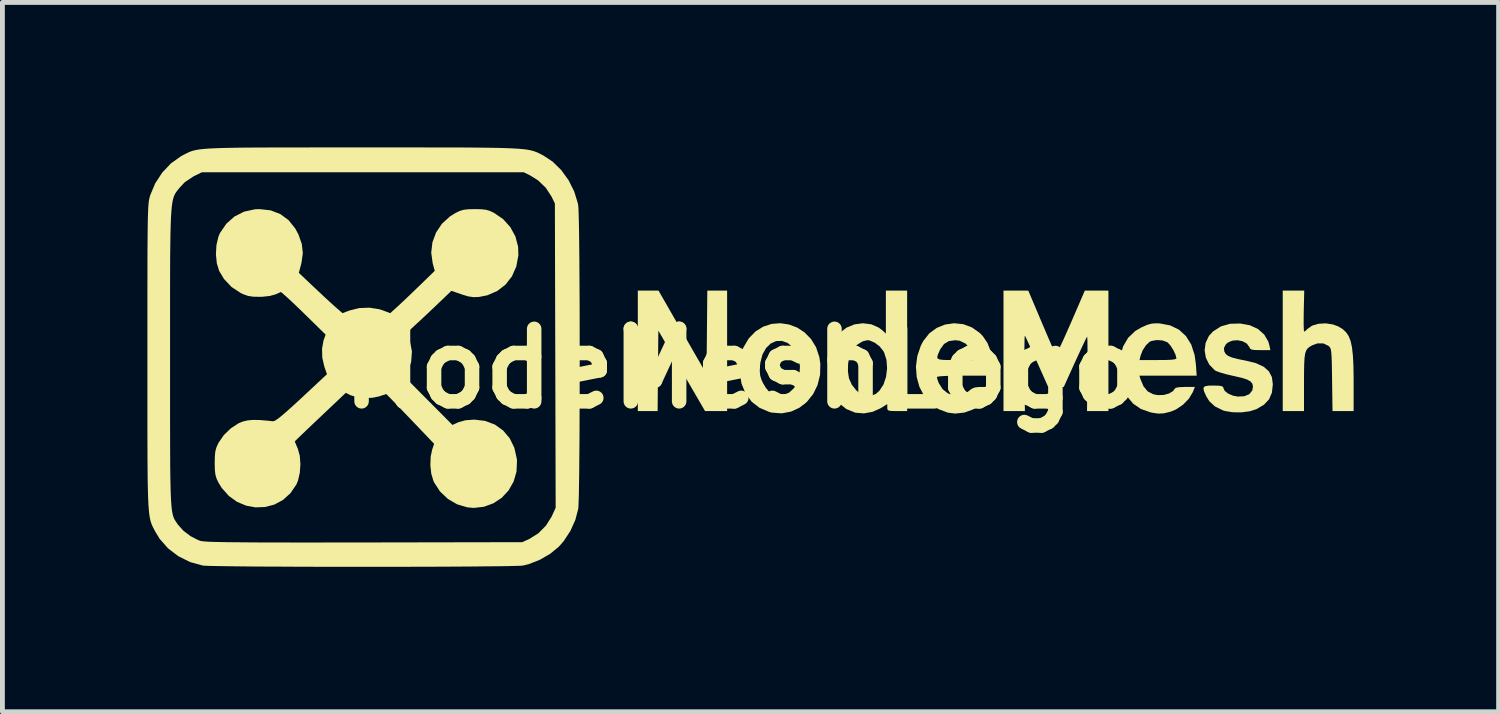
<source format=kicad_pcb>
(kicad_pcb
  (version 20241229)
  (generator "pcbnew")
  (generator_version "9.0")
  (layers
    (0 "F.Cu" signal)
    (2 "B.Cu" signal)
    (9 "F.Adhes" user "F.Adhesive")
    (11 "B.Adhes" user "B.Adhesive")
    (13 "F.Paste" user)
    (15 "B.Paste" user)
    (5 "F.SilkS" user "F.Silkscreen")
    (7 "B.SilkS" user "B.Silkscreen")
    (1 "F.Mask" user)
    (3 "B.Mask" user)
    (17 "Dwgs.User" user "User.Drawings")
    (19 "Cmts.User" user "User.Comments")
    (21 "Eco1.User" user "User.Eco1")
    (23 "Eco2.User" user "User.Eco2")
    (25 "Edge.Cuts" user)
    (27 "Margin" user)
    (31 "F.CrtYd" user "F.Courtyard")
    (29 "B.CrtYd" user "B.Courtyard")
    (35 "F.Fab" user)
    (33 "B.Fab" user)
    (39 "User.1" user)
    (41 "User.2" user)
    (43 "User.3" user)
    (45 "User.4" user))
  (footprint "NodeMeshLogo"
    (layer "F.Cu")
    (at 12.289 4.576)
    (property "Reference" "NodeMeshLogo" (at 0 0 0) (layer "F.SilkS") (effects (font (size 1.5 1.5) (thickness 0.3))))
    (attr board_only exclude_from_pos_files exclude_from_bom)
    (fp_poly (pts (xy -1.216 -0.748) (xy -0.719 0.116) (xy -0.711 -0.748) (xy -0.703 -1.613) (xy -0.498 -1.613) (xy -0.293 -1.613) (xy -0.293 -0.367) (xy -0.293 0.88) (xy -0.521 0.88) (xy -0.75 0.88) (xy -1.233 0.048) (xy -1.716 -0.784) (xy -1.724 0.048) (xy -1.731 0.88) (xy -1.936 0.88) (xy -2.141 0.88) (xy -2.141 -0.367) (xy -2.141 -1.613) (xy -1.927 -1.613) (xy -1.713 -1.613)) (stroke (width 0) (type solid)) (fill yes) (layer "F.SilkS"))
    (fp_poly (pts (xy 11.639 -1.188) (xy 11.637 -1.038) (xy 11.637 -0.911) (xy 11.64 -0.817) (xy 11.644 -0.768) (xy 11.647 -0.763) (xy 11.677 -0.782) (xy 11.717 -0.821) (xy 11.813 -0.888) (xy 11.944 -0.926) (xy 12.093 -0.935) (xy 12.243 -0.912) (xy 12.349 -0.873) (xy 12.439 -0.82) (xy 12.51 -0.756) (xy 12.566 -0.676) (xy 12.608 -0.572) (xy 12.637 -0.438) (xy 12.656 -0.267) (xy 12.667 -0.053) (xy 12.671 0.212) (xy 12.671 0.28) (xy 12.671 0.88) (xy 12.452 0.88) (xy 12.234 0.88) (xy 12.225 0.232) (xy 12.222 0.021) (xy 12.219 -0.139) (xy 12.214 -0.256) (xy 12.208 -0.338) (xy 12.2 -0.393) (xy 12.187 -0.428) (xy 12.17 -0.451) (xy 12.148 -0.471) (xy 12.147 -0.472) (xy 12.043 -0.52) (xy 11.921 -0.52) (xy 11.82 -0.484) (xy 11.764 -0.452) (xy 11.721 -0.418) (xy 11.69 -0.373) (xy 11.668 -0.309) (xy 11.655 -0.218) (xy 11.648 -0.092) (xy 11.645 0.076) (xy 11.644 0.285) (xy 11.644 0.88) (xy 11.424 0.88) (xy 11.204 0.88) (xy 11.204 -0.367) (xy 11.204 -1.613) (xy 11.427 -1.613) (xy 11.649 -1.613)) (stroke (width 0) (type solid)) (fill yes) (layer "F.SilkS"))
    (fp_poly (pts (xy 7.597 -0.367) (xy 7.597 0.88) (xy 7.375 0.88) (xy 7.154 0.88) (xy 7.163 0.105) (xy 7.164 -0.1) (xy 7.165 -0.285) (xy 7.164 -0.44) (xy 7.163 -0.56) (xy 7.16 -0.635) (xy 7.157 -0.66) (xy 7.14 -0.631) (xy 7.104 -0.558) (xy 7.052 -0.448) (xy 6.987 -0.309) (xy 6.914 -0.15) (xy 6.907 -0.135) (xy 6.673 0.381) (xy 6.511 0.38) (xy 6.35 0.38) (xy 6.118 -0.14) (xy 6.045 -0.302) (xy 5.98 -0.446) (xy 5.926 -0.562) (xy 5.888 -0.643) (xy 5.869 -0.68) (xy 5.868 -0.681) (xy 5.864 -0.658) (xy 5.861 -0.584) (xy 5.859 -0.466) (xy 5.858 -0.312) (xy 5.858 -0.128) (xy 5.86 0.079) (xy 5.86 0.089) (xy 5.869 0.88) (xy 5.647 0.88) (xy 5.426 0.88) (xy 5.426 -0.367) (xy 5.426 -1.613) (xy 5.683 -1.613) (xy 5.939 -1.612) (xy 6.215 -0.96) (xy 6.293 -0.777) (xy 6.363 -0.613) (xy 6.424 -0.474) (xy 6.47 -0.368) (xy 6.5 -0.304) (xy 6.508 -0.288) (xy 6.524 -0.308) (xy 6.56 -0.375) (xy 6.612 -0.482) (xy 6.677 -0.622) (xy 6.751 -0.789) (xy 6.818 -0.94) (xy 7.109 -1.613) (xy 7.353 -1.613) (xy 7.597 -1.613)) (stroke (width 0) (type solid)) (fill yes) (layer "F.SilkS"))
    (fp_poly (pts (xy 0.984 -0.912) (xy 1.154 -0.849) (xy 1.309 -0.748) (xy 1.442 -0.612) (xy 1.547 -0.442) (xy 1.615 -0.239) (xy 1.636 -0.096) (xy 1.63 0.132) (xy 1.578 0.343) (xy 1.486 0.53) (xy 1.36 0.687) (xy 1.206 0.809) (xy 1.029 0.891) (xy 0.837 0.927) (xy 0.633 0.912) (xy 0.581 0.899) (xy 0.379 0.814) (xy 0.214 0.686) (xy 0.089 0.518) (xy 0.005 0.312) (xy -0.034 0.073) (xy -0.035 0.061) (xy 0.383 0.061) (xy 0.392 0.149) (xy 0.418 0.232) (xy 0.449 0.3) (xy 0.506 0.395) (xy 0.569 0.473) (xy 0.607 0.505) (xy 0.732 0.55) (xy 0.868 0.546) (xy 0.988 0.5) (xy 1.091 0.405) (xy 1.163 0.273) (xy 1.205 0.117) (xy 1.214 -0.049) (xy 1.189 -0.212) (xy 1.13 -0.357) (xy 1.08 -0.427) (xy 0.963 -0.527) (xy 0.841 -0.572) (xy 0.72 -0.568) (xy 0.609 -0.518) (xy 0.513 -0.424) (xy 0.439 -0.292) (xy 0.395 -0.125) (xy 0.388 -0.06) (xy 0.383 0.061) (xy -0.035 0.061) (xy -0.037 -0.016) (xy -0.034 -0.155) (xy -0.018 -0.262) (xy 0.014 -0.365) (xy 0.044 -0.436) (xy 0.156 -0.625) (xy 0.295 -0.768) (xy 0.454 -0.867) (xy 0.627 -0.923) (xy 0.806 -0.938)) (stroke (width 0) (type solid)) (fill yes) (layer "F.SilkS"))
    (fp_poly (pts (xy 3.432 -0.367) (xy 3.432 0.88) (xy 3.226 0.88) (xy 3.119 0.879) (xy 3.058 0.872) (xy 3.029 0.856) (xy 3.021 0.826) (xy 3.021 0.808) (xy 3.021 0.736) (xy 2.88 0.823) (xy 2.716 0.896) (xy 2.537 0.928) (xy 2.366 0.914) (xy 2.356 0.912) (xy 2.172 0.837) (xy 2.022 0.716) (xy 1.909 0.552) (xy 1.833 0.348) (xy 1.797 0.106) (xy 1.796 0.06) (xy 2.207 0.06) (xy 2.228 0.202) (xy 2.229 0.204) (xy 2.287 0.335) (xy 2.375 0.446) (xy 2.45 0.514) (xy 2.514 0.547) (xy 2.594 0.557) (xy 2.625 0.557) (xy 2.72 0.551) (xy 2.787 0.523) (xy 2.857 0.46) (xy 2.86 0.456) (xy 2.943 0.33) (xy 2.996 0.171) (xy 3.017 -0.004) (xy 3.005 -0.177) (xy 2.957 -0.329) (xy 2.941 -0.36) (xy 2.864 -0.457) (xy 2.763 -0.534) (xy 2.659 -0.58) (xy 2.61 -0.587) (xy 2.512 -0.563) (xy 2.407 -0.499) (xy 2.315 -0.41) (xy 2.279 -0.359) (xy 2.235 -0.244) (xy 2.21 -0.096) (xy 2.207 0.06) (xy 1.796 0.06) (xy 1.795 -0.085) (xy 1.815 -0.295) (xy 1.858 -0.464) (xy 1.928 -0.604) (xy 2.03 -0.731) (xy 2.032 -0.733) (xy 2.177 -0.846) (xy 2.343 -0.914) (xy 2.518 -0.937) (xy 2.69 -0.915) (xy 2.847 -0.846) (xy 2.925 -0.785) (xy 2.992 -0.723) (xy 2.992 -1.168) (xy 2.992 -1.613) (xy 3.212 -1.613) (xy 3.432 -1.613)) (stroke (width 0) (type solid)) (fill yes) (layer "F.SilkS"))
    (fp_poly (pts (xy 4.593 -0.918) (xy 4.772 -0.851) (xy 4.933 -0.738) (xy 4.994 -0.675) (xy 5.093 -0.53) (xy 5.161 -0.359) (xy 5.203 -0.15) (xy 5.211 -0.066) (xy 5.229 0.147) (xy 4.638 0.147) (xy 4.411 0.148) (xy 4.238 0.153) (xy 4.119 0.16) (xy 4.057 0.17) (xy 4.048 0.177) (xy 4.058 0.223) (xy 4.084 0.294) (xy 4.088 0.303) (xy 4.167 0.428) (xy 4.276 0.514) (xy 4.403 0.557) (xy 4.536 0.554) (xy 4.662 0.501) (xy 4.703 0.469) (xy 4.768 0.419) (xy 4.831 0.392) (xy 4.915 0.382) (xy 4.985 0.381) (xy 5.083 0.383) (xy 5.136 0.39) (xy 5.153 0.407) (xy 5.148 0.441) (xy 5.147 0.447) (xy 5.07 0.61) (xy 4.949 0.745) (xy 4.794 0.847) (xy 4.617 0.911) (xy 4.426 0.932) (xy 4.268 0.911) (xy 4.075 0.837) (xy 3.912 0.718) (xy 3.782 0.563) (xy 3.687 0.38) (xy 3.63 0.177) (xy 3.614 -0.038) (xy 3.64 -0.24) (xy 4.054 -0.24) (xy 4.064 -0.206) (xy 4.107 -0.187) (xy 4.19 -0.178) (xy 4.319 -0.176) (xy 4.429 -0.176) (xy 4.811 -0.176) (xy 4.793 -0.257) (xy 4.734 -0.408) (xy 4.642 -0.516) (xy 4.52 -0.575) (xy 4.428 -0.586) (xy 4.295 -0.568) (xy 4.195 -0.508) (xy 4.118 -0.4) (xy 4.104 -0.37) (xy 4.07 -0.293) (xy 4.054 -0.24) (xy 3.64 -0.24) (xy 3.642 -0.257) (xy 3.715 -0.473) (xy 3.765 -0.568) (xy 3.889 -0.726) (xy 4.043 -0.84) (xy 4.219 -0.911) (xy 4.405 -0.937)) (stroke (width 0) (type solid)) (fill yes) (layer "F.SilkS"))
    (fp_poly (pts (xy 8.661 -0.933) (xy 8.874 -0.893) (xy 9.055 -0.805) (xy 9.201 -0.672) (xy 9.311 -0.496) (xy 9.381 -0.279) (xy 9.407 -0.086) (xy 9.423 0.147) (xy 8.831 0.147) (xy 8.238 0.147) (xy 8.258 0.213) (xy 8.323 0.368) (xy 8.41 0.473) (xy 8.524 0.532) (xy 8.618 0.55) (xy 8.74 0.547) (xy 8.85 0.517) (xy 8.933 0.468) (xy 8.965 0.424) (xy 8.992 0.399) (xy 9.058 0.386) (xy 9.171 0.381) (xy 9.184 0.381) (xy 9.386 0.381) (xy 9.342 0.491) (xy 9.261 0.625) (xy 9.14 0.749) (xy 8.996 0.846) (xy 8.886 0.892) (xy 8.749 0.926) (xy 8.633 0.933) (xy 8.507 0.915) (xy 8.469 0.907) (xy 8.27 0.837) (xy 8.11 0.728) (xy 7.981 0.574) (xy 7.902 0.428) (xy 7.858 0.318) (xy 7.833 0.213) (xy 7.822 0.088) (xy 7.821 0.018) (xy 7.835 -0.176) (xy 8.241 -0.176) (xy 8.623 -0.176) (xy 8.789 -0.177) (xy 8.903 -0.182) (xy 8.971 -0.192) (xy 9.001 -0.205) (xy 9.004 -0.213) (xy 8.985 -0.289) (xy 8.939 -0.385) (xy 8.881 -0.476) (xy 8.823 -0.539) (xy 8.816 -0.544) (xy 8.718 -0.581) (xy 8.599 -0.59) (xy 8.487 -0.57) (xy 8.448 -0.552) (xy 8.374 -0.482) (xy 8.306 -0.378) (xy 8.262 -0.264) (xy 8.26 -0.257) (xy 8.241 -0.176) (xy 7.835 -0.176) (xy 7.839 -0.24) (xy 7.901 -0.458) (xy 8.005 -0.636) (xy 8.152 -0.777) (xy 8.289 -0.856) (xy 8.403 -0.905) (xy 8.494 -0.93) (xy 8.588 -0.936)) (stroke (width 0) (type solid)) (fill yes) (layer "F.SilkS"))
    (fp_poly (pts (xy 10.525 -0.895) (xy 10.693 -0.817) (xy 10.821 -0.703) (xy 10.906 -0.557) (xy 10.929 -0.473) (xy 10.948 -0.381) (xy 10.741 -0.381) (xy 10.63 -0.383) (xy 10.565 -0.391) (xy 10.531 -0.41) (xy 10.515 -0.441) (xy 10.463 -0.515) (xy 10.375 -0.564) (xy 10.268 -0.586) (xy 10.159 -0.577) (xy 10.066 -0.537) (xy 10.025 -0.497) (xy 9.988 -0.427) (xy 9.993 -0.36) (xy 9.998 -0.348) (xy 10.026 -0.299) (xy 10.077 -0.26) (xy 10.159 -0.226) (xy 10.281 -0.195) (xy 10.437 -0.164) (xy 10.648 -0.112) (xy 10.807 -0.039) (xy 10.916 0.056) (xy 10.979 0.176) (xy 10.999 0.325) (xy 10.98 0.499) (xy 10.921 0.637) (xy 10.816 0.748) (xy 10.662 0.84) (xy 10.519 0.885) (xy 10.346 0.907) (xy 10.168 0.905) (xy 10.007 0.878) (xy 9.964 0.864) (xy 9.802 0.785) (xy 9.686 0.678) (xy 9.623 0.577) (xy 9.575 0.47) (xy 9.562 0.403) (xy 9.59 0.368) (xy 9.666 0.354) (xy 9.767 0.352) (xy 9.883 0.355) (xy 9.948 0.366) (xy 9.972 0.387) (xy 9.972 0.391) (xy 9.999 0.457) (xy 10.071 0.517) (xy 10.174 0.561) (xy 10.273 0.58) (xy 10.41 0.573) (xy 10.513 0.53) (xy 10.574 0.454) (xy 10.588 0.38) (xy 10.578 0.319) (xy 10.542 0.271) (xy 10.473 0.23) (xy 10.363 0.194) (xy 10.204 0.157) (xy 10.162 0.148) (xy 10.03 0.117) (xy 9.912 0.083) (xy 9.826 0.051) (xy 9.797 0.035) (xy 9.683 -0.083) (xy 9.613 -0.225) (xy 9.588 -0.379) (xy 9.609 -0.533) (xy 9.676 -0.674) (xy 9.762 -0.768) (xy 9.925 -0.872) (xy 10.111 -0.926) (xy 10.322 -0.932)) (stroke (width 0) (type solid)) (fill yes) (layer "F.SilkS"))
    (fp_poly (pts (xy -9.742 -3.274) (xy -9.54 -3.197) (xy -9.368 -3.071) (xy -9.229 -2.897) (xy -9.163 -2.773) (xy -9.094 -2.577) (xy -9.073 -2.391) (xy -9.099 -2.196) (xy -9.106 -2.167) (xy -9.155 -1.98) (xy -8.852 -1.693) (xy -8.727 -1.576) (xy -8.603 -1.46) (xy -8.493 -1.359) (xy -8.41 -1.284) (xy -8.401 -1.276) (xy -8.252 -1.146) (xy -8.1 -1.203) (xy -7.906 -1.251) (xy -7.693 -1.259) (xy -7.489 -1.227) (xy -7.416 -1.203) (xy -7.264 -1.146) (xy -7.13 -1.267) (xy -7.06 -1.332) (xy -6.96 -1.426) (xy -6.841 -1.539) (xy -6.715 -1.661) (xy -6.669 -1.705) (xy -6.343 -2.021) (xy -6.385 -2.176) (xy -6.416 -2.396) (xy -6.391 -2.612) (xy -6.316 -2.814) (xy -6.194 -2.996) (xy -6.028 -3.148) (xy -5.91 -3.221) (xy -5.825 -3.261) (xy -5.745 -3.285) (xy -5.648 -3.296) (xy -5.514 -3.299) (xy -5.38 -3.296) (xy -5.282 -3.285) (xy -5.201 -3.261) (xy -5.117 -3.221) (xy -4.928 -3.092) (xy -4.779 -2.926) (xy -4.674 -2.733) (xy -4.618 -2.521) (xy -4.612 -2.346) (xy -4.655 -2.113) (xy -4.745 -1.909) (xy -4.878 -1.737) (xy -5.049 -1.605) (xy -5.253 -1.516) (xy -5.43 -1.481) (xy -5.543 -1.477) (xy -5.654 -1.494) (xy -5.791 -1.536) (xy -5.793 -1.537) (xy -5.998 -1.608) (xy -6.233 -1.383) (xy -6.361 -1.261) (xy -6.505 -1.125) (xy -6.64 -0.998) (xy -6.692 -0.951) (xy -6.916 -0.744) (xy -6.858 -0.57) (xy -6.815 -0.356) (xy -6.831 -0.14) (xy -6.894 0.054) (xy -6.952 0.186) (xy -6.464 0.677) (xy -5.977 1.167) (xy -5.855 1.112) (xy -5.706 1.07) (xy -5.526 1.057) (xy -5.301 1.083) (xy -5.1 1.159) (xy -4.929 1.281) (xy -4.792 1.443) (xy -4.696 1.64) (xy -4.645 1.867) (xy -4.641 1.909) (xy -4.651 2.134) (xy -4.712 2.341) (xy -4.815 2.522) (xy -4.956 2.674) (xy -5.128 2.788) (xy -5.324 2.86) (xy -5.537 2.884) (xy -5.669 2.872) (xy -5.879 2.81) (xy -6.071 2.698) (xy -6.234 2.544) (xy -6.356 2.356) (xy -6.371 2.324) (xy -6.415 2.175) (xy -6.434 2) (xy -6.427 1.822) (xy -6.397 1.68) (xy -6.356 1.557) (xy -6.848 1.042) (xy -6.985 0.9) (xy -7.107 0.772) (xy -7.21 0.666) (xy -7.288 0.586) (xy -7.334 0.539) (xy -7.346 0.528) (xy -7.374 0.537) (xy -7.441 0.558) (xy -7.492 0.576) (xy -7.632 0.605) (xy -7.794 0.61) (xy -7.952 0.592) (xy -8.083 0.553) (xy -8.093 0.548) (xy -8.184 0.503) (xy -8.711 1.002) (xy -8.856 1.139) (xy -8.986 1.263) (xy -9.095 1.367) (xy -9.177 1.446) (xy -9.227 1.496) (xy -9.239 1.509) (xy -9.228 1.538) (xy -9.2 1.604) (xy -9.177 1.658) (xy -9.136 1.803) (xy -9.123 1.976) (xy -9.135 2.156) (xy -9.173 2.32) (xy -9.205 2.397) (xy -9.329 2.58) (xy -9.483 2.719) (xy -9.66 2.814) (xy -9.851 2.865) (xy -10.05 2.873) (xy -10.247 2.837) (xy -10.434 2.758) (xy -10.605 2.635) (xy -10.751 2.47) (xy -10.818 2.361) (xy -10.857 2.28) (xy -10.88 2.204) (xy -10.892 2.113) (xy -10.896 1.987) (xy -10.896 1.95) (xy -10.893 1.814) (xy -10.884 1.717) (xy -10.863 1.638) (xy -10.828 1.559) (xy -10.817 1.536) (xy -10.708 1.378) (xy -10.565 1.239) (xy -10.405 1.134) (xy -10.318 1.098) (xy -10.222 1.074) (xy -10.11 1.063) (xy -9.971 1.065) (xy -9.792 1.08) (xy -9.69 1.092) (xy -9.655 1.082) (xy -9.596 1.045) (xy -9.51 0.977) (xy -9.392 0.875) (xy -9.239 0.737) (xy -9.1 0.609) (xy -8.573 0.117) (xy -8.627 -0.037) (xy -8.67 -0.223) (xy -8.675 -0.413) (xy -8.644 -0.583) (xy -8.64 -0.593) (xy -8.601 -0.702) (xy -8.957 -1.051) (xy -9.083 -1.175) (xy -9.204 -1.291) (xy -9.308 -1.39) (xy -9.387 -1.463) (xy -9.419 -1.492) (xy -9.525 -1.584) (xy -9.639 -1.534) (xy -9.756 -1.502) (xy -9.912 -1.485) (xy -9.972 -1.484) (xy -10.105 -1.487) (xy -10.207 -1.503) (xy -10.305 -1.538) (xy -10.358 -1.563) (xy -10.547 -1.687) (xy -10.704 -1.853) (xy -10.804 -2.02) (xy -10.853 -2.179) (xy -10.871 -2.365) (xy -10.86 -2.555) (xy -10.82 -2.727) (xy -10.788 -2.803) (xy -10.655 -2.997) (xy -10.487 -3.146) (xy -10.289 -3.246) (xy -10.065 -3.295) (xy -9.972 -3.299)) (stroke (width 0) (type solid)) (fill yes) (layer "F.SilkS"))
    (fp_poly (pts (xy -8.108 -4.576) (xy -7.847 -4.576) (xy -7.327 -4.576) (xy -6.863 -4.576) (xy -6.451 -4.575) (xy -6.087 -4.575) (xy -5.768 -4.574) (xy -5.491 -4.572) (xy -5.252 -4.569) (xy -5.047 -4.566) (xy -4.874 -4.561) (xy -4.729 -4.555) (xy -4.609 -4.548) (xy -4.51 -4.539) (xy -4.428 -4.529) (xy -4.361 -4.516) (xy -4.305 -4.502) (xy -4.256 -4.485) (xy -4.211 -4.467) (xy -4.167 -4.445) (xy -4.12 -4.421) (xy -4.1 -4.411) (xy -3.903 -4.281) (xy -3.725 -4.106) (xy -3.573 -3.896) (xy -3.457 -3.664) (xy -3.383 -3.423) (xy -3.374 -3.373) (xy -3.369 -3.312) (xy -3.365 -3.197) (xy -3.361 -3.034) (xy -3.357 -2.826) (xy -3.354 -2.58) (xy -3.351 -2.3) (xy -3.349 -1.99) (xy -3.347 -1.657) (xy -3.345 -1.305) (xy -3.344 -0.938) (xy -3.344 -0.563) (xy -3.343 -0.183) (xy -3.344 0.197) (xy -3.344 0.57) (xy -3.346 0.934) (xy -3.347 1.281) (xy -3.349 1.608) (xy -3.352 1.91) (xy -3.354 2.182) (xy -3.358 2.418) (xy -3.361 2.614) (xy -3.366 2.764) (xy -3.37 2.865) (xy -3.374 2.904) (xy -3.434 3.133) (xy -3.538 3.363) (xy -3.676 3.573) (xy -3.775 3.686) (xy -3.955 3.834) (xy -4.17 3.958) (xy -4.396 4.047) (xy -4.514 4.076) (xy -4.565 4.081) (xy -4.67 4.084) (xy -4.824 4.088) (xy -5.023 4.091) (xy -5.262 4.093) (xy -5.536 4.096) (xy -5.84 4.098) (xy -6.17 4.1) (xy -6.521 4.101) (xy -6.888 4.102) (xy -7.267 4.103) (xy -7.652 4.103) (xy -8.04 4.103) (xy -8.425 4.103) (xy -8.803 4.102) (xy -9.169 4.101) (xy -9.519 4.099) (xy -9.847 4.098) (xy -10.148 4.096) (xy -10.42 4.093) (xy -10.655 4.09) (xy -10.85 4.087) (xy -11.001 4.084) (xy -11.102 4.08) (xy -11.145 4.076) (xy -11.407 4.004) (xy -11.649 3.883) (xy -11.862 3.721) (xy -12.036 3.523) (xy -12.127 3.373) (xy -12.152 3.325) (xy -12.175 3.281) (xy -12.195 3.238) (xy -12.212 3.193) (xy -12.227 3.141) (xy -12.24 3.081) (xy -12.251 3.007) (xy -12.26 2.918) (xy -12.268 2.808) (xy -12.274 2.675) (xy -12.279 2.515) (xy -12.283 2.325) (xy -12.285 2.102) (xy -12.287 1.841) (xy -12.288 1.539) (xy -12.289 1.193) (xy -12.289 0.8) (xy -12.289 0.356) (xy -12.289 -0.144) (xy -12.289 -0.237) (xy -12.289 -0.736) (xy -12.289 -0.842) (xy -11.82 -0.842) (xy -11.82 -0.349) (xy -11.82 -0.218) (xy -11.82 0.284) (xy -11.82 0.731) (xy -11.82 1.127) (xy -11.819 1.474) (xy -11.818 1.777) (xy -11.817 2.038) (xy -11.814 2.261) (xy -11.81 2.449) (xy -11.805 2.607) (xy -11.799 2.737) (xy -11.791 2.843) (xy -11.782 2.928) (xy -11.77 2.996) (xy -11.757 3.05) (xy -11.741 3.094) (xy -11.723 3.131) (xy -11.702 3.164) (xy -11.679 3.198) (xy -11.653 3.235) (xy -11.652 3.236) (xy -11.543 3.357) (xy -11.398 3.467) (xy -11.241 3.549) (xy -11.193 3.566) (xy -11.162 3.572) (xy -11.111 3.578) (xy -11.036 3.583) (xy -10.934 3.587) (xy -10.802 3.59) (xy -10.638 3.593) (xy -10.438 3.595) (xy -10.2 3.597) (xy -9.92 3.599) (xy -9.596 3.599) (xy -9.225 3.6) (xy -8.805 3.6) (xy -8.331 3.599) (xy -7.802 3.599) (xy -4.532 3.593) (xy -4.385 3.526) (xy -4.2 3.41) (xy -4.042 3.251) (xy -3.924 3.063) (xy -3.917 3.049) (xy -3.841 2.88) (xy -3.849 -0.269) (xy -3.857 -3.417) (xy -3.928 -3.561) (xy -4.045 -3.74) (xy -4.204 -3.893) (xy -4.365 -3.994) (xy -4.502 -4.062) (xy -7.831 -4.062) (xy -11.16 -4.062) (xy -11.33 -3.979) (xy -11.513 -3.858) (xy -11.616 -3.749) (xy -11.648 -3.71) (xy -11.676 -3.675) (xy -11.701 -3.64) (xy -11.723 -3.602) (xy -11.742 -3.558) (xy -11.758 -3.504) (xy -11.772 -3.437) (xy -11.784 -3.353) (xy -11.793 -3.249) (xy -11.801 -3.121) (xy -11.807 -2.967) (xy -11.812 -2.782) (xy -11.815 -2.563) (xy -11.818 -2.307) (xy -11.819 -2.01) (xy -11.82 -1.67) (xy -11.82 -1.281) (xy -11.82 -0.842) (xy -12.289 -0.842) (xy -12.289 -1.18) (xy -12.289 -1.572) (xy -12.288 -1.916) (xy -12.288 -2.216) (xy -12.287 -2.473) (xy -12.285 -2.693) (xy -12.283 -2.879) (xy -12.281 -3.033) (xy -12.278 -3.161) (xy -12.274 -3.264) (xy -12.27 -3.346) (xy -12.265 -3.411) (xy -12.259 -3.463) (xy -12.252 -3.505) (xy -12.244 -3.539) (xy -12.235 -3.571) (xy -12.231 -3.585) (xy -12.128 -3.831) (xy -11.981 -4.056) (xy -11.8 -4.247) (xy -11.592 -4.394) (xy -11.556 -4.414) (xy -11.508 -4.438) (xy -11.465 -4.46) (xy -11.423 -4.48) (xy -11.379 -4.497) (xy -11.329 -4.512) (xy -11.269 -4.525) (xy -11.197 -4.536) (xy -11.109 -4.545) (xy -11.002 -4.553) (xy -10.871 -4.559) (xy -10.715 -4.564) (xy -10.529 -4.568) (xy -10.309 -4.571) (xy -10.054 -4.573) (xy -9.758 -4.574) (xy -9.419 -4.575) (xy -9.033 -4.575) (xy -8.597 -4.576)) (stroke (width 0) (type solid)) (fill yes) (layer "F.SilkS")))
  (gr_rect
    (start -3 -3)
    (end 27.96 11.678)
    (stroke (width 0.1) (type default))
    (fill no)
    (layer "Edge.Cuts")))
</source>
